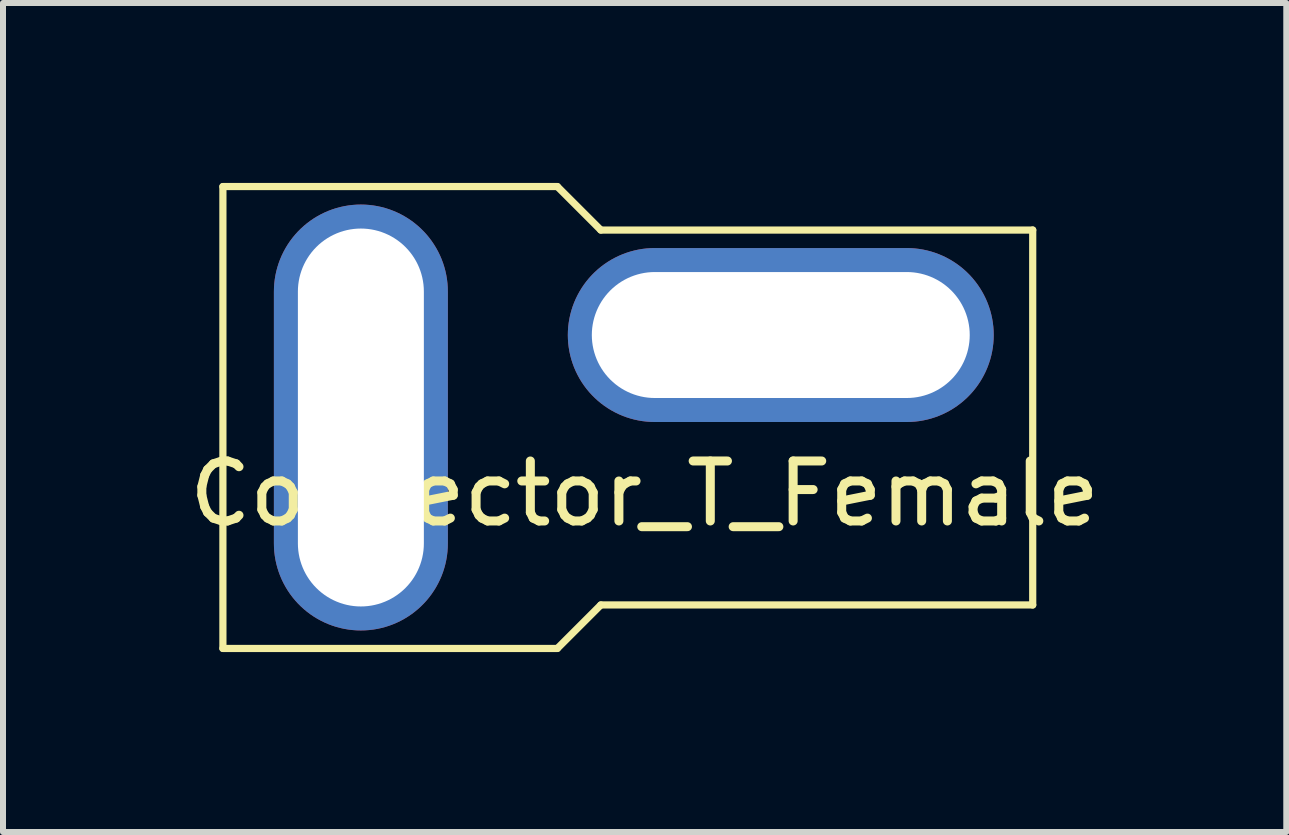
<source format=kicad_pcb>
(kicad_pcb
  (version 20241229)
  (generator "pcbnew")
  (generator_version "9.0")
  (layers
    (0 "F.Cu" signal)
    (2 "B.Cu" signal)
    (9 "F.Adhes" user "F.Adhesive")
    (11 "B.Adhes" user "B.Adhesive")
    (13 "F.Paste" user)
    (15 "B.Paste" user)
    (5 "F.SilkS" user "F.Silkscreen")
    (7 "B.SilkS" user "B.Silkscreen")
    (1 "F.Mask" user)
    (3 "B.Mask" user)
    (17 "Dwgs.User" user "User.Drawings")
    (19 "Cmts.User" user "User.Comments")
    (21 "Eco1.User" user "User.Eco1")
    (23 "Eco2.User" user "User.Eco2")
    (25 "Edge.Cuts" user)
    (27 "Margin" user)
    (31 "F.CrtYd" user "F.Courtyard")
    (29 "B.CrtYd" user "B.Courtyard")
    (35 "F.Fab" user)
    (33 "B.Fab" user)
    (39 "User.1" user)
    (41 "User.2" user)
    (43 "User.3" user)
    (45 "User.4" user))
  (footprint "Connector_T_Female"
    (layer "F.Cu")
    (at 2.616 3.91)
    (property "Reference" "Connector_T_Female" (at 5.08 1.27 0) (layer "F.SilkS") (effects (font (size 1 1) (thickness 0.15))))
    (attr through_hole)
    (fp_line (start -1.95 -3.85) (end 3.625 -3.85) (stroke (width 0.12) (type solid)) (layer "F.SilkS"))
    (fp_line (start -1.95 3.85) (end -1.95 -3.85) (stroke (width 0.12) (type solid)) (layer "F.SilkS"))
    (fp_line (start -1.95 3.85) (end 3.625 3.85) (stroke (width 0.12) (type solid)) (layer "F.SilkS"))
    (fp_line (start 4.35 -3.125) (end 3.625 -3.85) (stroke (width 0.12) (type solid)) (layer "F.SilkS"))
    (fp_line (start 4.35 -3.125) (end 11.55 -3.125) (stroke (width 0.12) (type solid)) (layer "F.SilkS"))
    (fp_line (start 4.35 3.125) (end 3.625 3.85) (stroke (width 0.12) (type solid)) (layer "F.SilkS"))
    (fp_line (start 4.35 3.125) (end 11.55 3.125) (stroke (width 0.12) (type solid)) (layer "F.SilkS"))
    (fp_line (start 11.55 -3.125) (end 11.55 3.125) (stroke (width 0.12) (type solid)) (layer "F.SilkS"))
    (pad "1" thru_hole oval (at 0.35 0) (size 2.9 7.1) (drill oval 2.1 6.3) (layers "*.Cu" "*.Mask"))
    (pad "2" thru_hole oval (at 7.35 -1.375) (size 7.1 2.9) (drill oval 6.3 2.1) (layers "*.Cu" "*.Mask")))
  (gr_rect
    (start -3 -3)
    (end 18.393 10.82)
    (stroke (width 0.1) (type default))
    (fill no)
    (layer "Edge.Cuts")))
</source>
